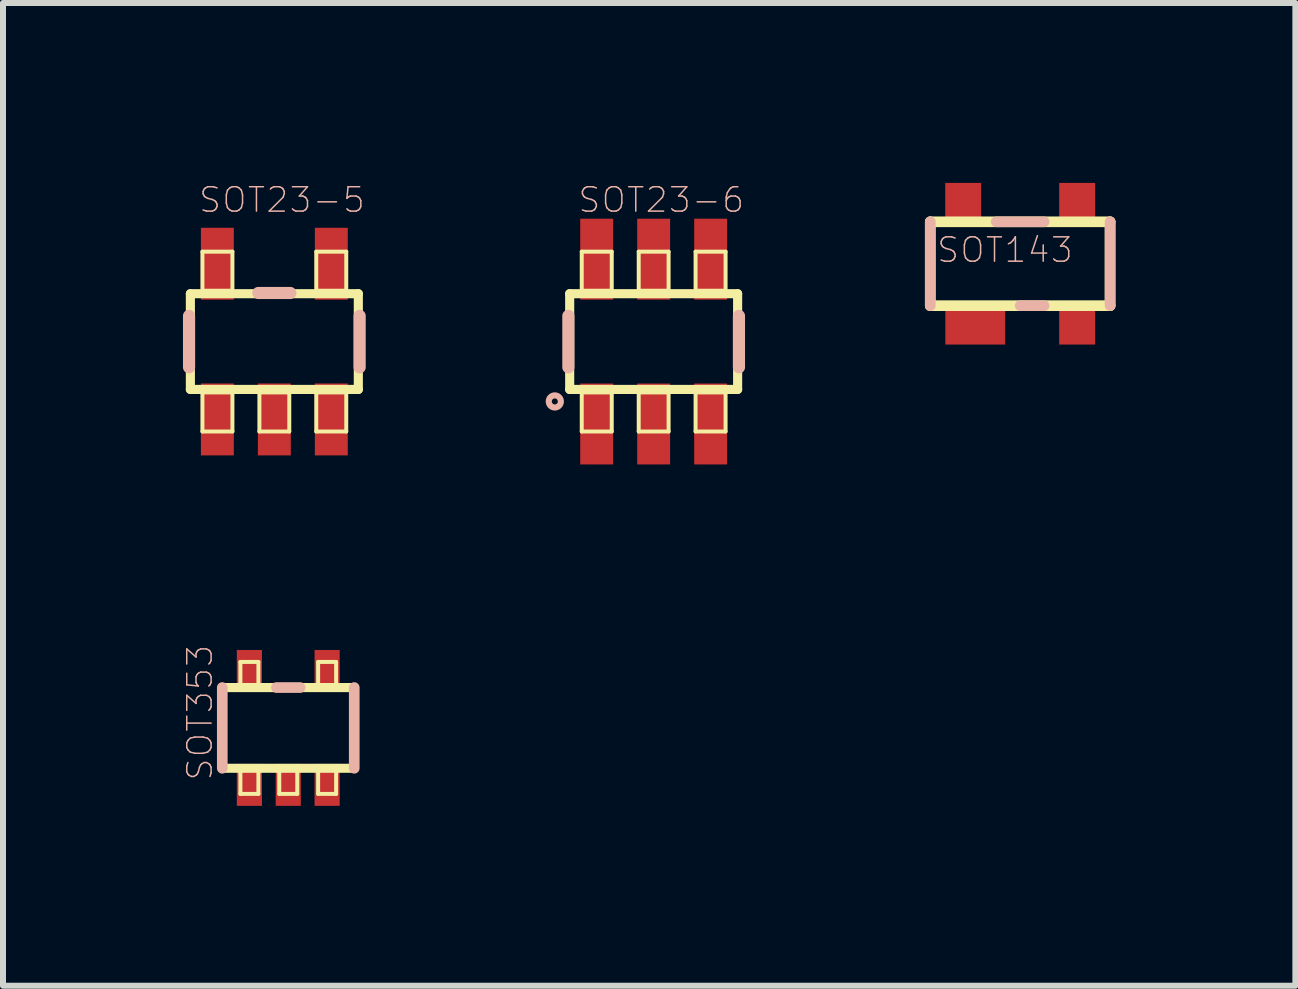
<source format=kicad_pcb>
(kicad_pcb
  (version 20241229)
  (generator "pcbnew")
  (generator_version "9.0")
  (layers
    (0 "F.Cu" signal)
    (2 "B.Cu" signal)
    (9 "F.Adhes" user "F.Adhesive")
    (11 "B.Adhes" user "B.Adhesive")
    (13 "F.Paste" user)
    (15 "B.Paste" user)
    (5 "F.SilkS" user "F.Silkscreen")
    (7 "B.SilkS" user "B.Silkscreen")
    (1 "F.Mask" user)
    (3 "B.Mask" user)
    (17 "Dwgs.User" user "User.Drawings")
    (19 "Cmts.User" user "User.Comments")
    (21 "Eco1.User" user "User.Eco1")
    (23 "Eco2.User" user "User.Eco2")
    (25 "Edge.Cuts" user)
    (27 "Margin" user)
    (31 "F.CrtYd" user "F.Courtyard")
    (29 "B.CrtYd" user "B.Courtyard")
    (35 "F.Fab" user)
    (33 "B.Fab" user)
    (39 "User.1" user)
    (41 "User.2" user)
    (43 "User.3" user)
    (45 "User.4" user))
  (footprint "SOT353"
    (layer "F.Cu")
    (at 1.756 9.086)
    (property "Reference" "SOT353" (at -1.473 -0.254 90) (layer "B.SilkS") (effects (font (size 0.406 0.406) (thickness 0.025))))
    (attr smd)
    (fp_line (start -1.1 -0.673) (end 1.1 -0.673) (stroke (width 0.152) (type solid)) (layer "F.SilkS"))
    (fp_line (start -1.1 0.673) (end -1.1 -0.673) (stroke (width 0.152) (type solid)) (layer "F.SilkS"))
    (fp_line (start -0.798 -1.1) (end -0.498 -1.1) (stroke (width 0.066) (type solid)) (layer "F.SilkS"))
    (fp_line (start -0.798 -0.699) (end -0.798 -1.1) (stroke (width 0.066) (type solid)) (layer "F.SilkS"))
    (fp_line (start -0.798 -0.699) (end -0.498 -0.699) (stroke (width 0.066) (type solid)) (layer "F.SilkS"))
    (fp_line (start -0.798 0.699) (end -0.498 0.699) (stroke (width 0.066) (type solid)) (layer "F.SilkS"))
    (fp_line (start -0.798 1.1) (end -0.798 0.699) (stroke (width 0.066) (type solid)) (layer "F.SilkS"))
    (fp_line (start -0.798 1.1) (end -0.498 1.1) (stroke (width 0.066) (type solid)) (layer "F.SilkS"))
    (fp_line (start -0.498 -0.699) (end -0.498 -1.1) (stroke (width 0.066) (type solid)) (layer "F.SilkS"))
    (fp_line (start -0.498 1.1) (end -0.498 0.699) (stroke (width 0.066) (type solid)) (layer "F.SilkS"))
    (fp_line (start -0.15 0.699) (end 0.15 0.699) (stroke (width 0.066) (type solid)) (layer "F.SilkS"))
    (fp_line (start -0.15 1.1) (end -0.15 0.699) (stroke (width 0.066) (type solid)) (layer "F.SilkS"))
    (fp_line (start -0.15 1.1) (end 0.15 1.1) (stroke (width 0.066) (type solid)) (layer "F.SilkS"))
    (fp_line (start 0.15 1.1) (end 0.15 0.699) (stroke (width 0.066) (type solid)) (layer "F.SilkS"))
    (fp_line (start 0.498 -1.1) (end 0.798 -1.1) (stroke (width 0.066) (type solid)) (layer "F.SilkS"))
    (fp_line (start 0.498 -0.699) (end 0.498 -1.1) (stroke (width 0.066) (type solid)) (layer "F.SilkS"))
    (fp_line (start 0.498 -0.699) (end 0.798 -0.699) (stroke (width 0.066) (type solid)) (layer "F.SilkS"))
    (fp_line (start 0.498 0.699) (end 0.798 0.699) (stroke (width 0.066) (type solid)) (layer "F.SilkS"))
    (fp_line (start 0.498 1.1) (end 0.498 0.699) (stroke (width 0.066) (type solid)) (layer "F.SilkS"))
    (fp_line (start 0.498 1.1) (end 0.798 1.1) (stroke (width 0.066) (type solid)) (layer "F.SilkS"))
    (fp_line (start 0.798 -0.699) (end 0.798 -1.1) (stroke (width 0.066) (type solid)) (layer "F.SilkS"))
    (fp_line (start 0.798 1.1) (end 0.798 0.699) (stroke (width 0.066) (type solid)) (layer "F.SilkS"))
    (fp_line (start 1.1 -0.673) (end 1.1 0.673) (stroke (width 0.152) (type solid)) (layer "F.SilkS"))
    (fp_line (start 1.1 0.673) (end -1.1 0.673) (stroke (width 0.152) (type solid)) (layer "F.SilkS"))
    (fp_line (start -1.1 0.673) (end -1.1 -0.673) (stroke (width 0.178) (type solid)) (layer "B.SilkS"))
    (fp_line (start -0.198 -0.673) (end 0.198 -0.673) (stroke (width 0.178) (type solid)) (layer "B.SilkS"))
    (fp_line (start 1.1 -0.673) (end 1.1 0.673) (stroke (width 0.178) (type solid)) (layer "B.SilkS"))
    (pad "1" smd rect (at -0.648 0.95) (size 0.419 0.699) (layers "F.Cu" "F.Mask" "F.Paste"))
    (pad "2" smd rect (at 0 0.95) (size 0.419 0.699) (layers "F.Cu" "F.Mask" "F.Paste"))
    (pad "3" smd rect (at 0.648 0.95) (size 0.419 0.699) (layers "F.Cu" "F.Mask" "F.Paste"))
    (pad "4" smd rect (at 0.648 -0.95) (size 0.419 0.699) (layers "F.Cu" "F.Mask" "F.Paste"))
    (pad "5" smd rect (at -0.648 -0.95) (size 0.419 0.699) (layers "F.Cu" "F.Mask" "F.Paste")))
  (footprint "SOT143"
    (layer "F.Cu")
    (at 13.959 1.347)
    (property "Reference" "SOT143" (at -0.254 -0.229 0) (layer "B.SilkS") (effects (font (size 0.406 0.406) (thickness 0.025))))
    (attr smd)
    (fp_line (start -1.499 -0.699) (end -1.499 0.699) (stroke (width 0.178) (type solid)) (layer "F.SilkS"))
    (fp_line (start -1.499 0.699) (end 1.499 0.699) (stroke (width 0.178) (type solid)) (layer "F.SilkS"))
    (fp_line (start 1.499 -0.699) (end -1.499 -0.699) (stroke (width 0.178) (type solid)) (layer "F.SilkS"))
    (fp_line (start 1.499 0.699) (end 1.499 -0.699) (stroke (width 0.178) (type solid)) (layer "F.SilkS"))
    (fp_line (start -1.499 -0.699) (end -1.499 0.699) (stroke (width 0.178) (type solid)) (layer "B.SilkS"))
    (fp_line (start 0.399 -0.699) (end -0.399 -0.699) (stroke (width 0.178) (type solid)) (layer "B.SilkS"))
    (fp_line (start 0.399 0.699) (end 0 0.699) (stroke (width 0.178) (type solid)) (layer "B.SilkS"))
    (fp_line (start 1.499 -0.699) (end 1.499 0.699) (stroke (width 0.178) (type solid)) (layer "B.SilkS"))
    (pad "1" smd rect (at -0.749 0.998) (size 0.998 0.699) (layers "F.Cu" "F.Mask" "F.Paste"))
    (pad "2" smd rect (at 0.95 0.998) (size 0.599 0.699) (layers "F.Cu" "F.Mask" "F.Paste"))
    (pad "3" smd rect (at 0.95 -0.998) (size 0.599 0.699) (layers "F.Cu" "F.Mask" "F.Paste"))
    (pad "4" smd rect (at -0.95 -0.998) (size 0.599 0.699) (layers "F.Cu" "F.Mask" "F.Paste")))
  (footprint "SOT23-6"
    (layer "F.Cu")
    (at 7.848 2.645)
    (property "Reference" "SOT23-6" (at 0.127 -2.362 0) (layer "B.SilkS") (effects (font (size 0.406 0.406) (thickness 0.025))))
    (attr smd)
    (fp_line (start -1.4 -0.798) (end -1.4 0.798) (stroke (width 0.152) (type solid)) (layer "F.SilkS"))
    (fp_line (start -1.4 -0.798) (end 1.4 -0.798) (stroke (width 0.152) (type solid)) (layer "F.SilkS"))
    (fp_line (start -1.199 -1.499) (end -0.699 -1.499) (stroke (width 0.066) (type solid)) (layer "F.SilkS"))
    (fp_line (start -1.199 -0.848) (end -1.199 -1.499) (stroke (width 0.066) (type solid)) (layer "F.SilkS"))
    (fp_line (start -1.199 -0.848) (end -0.699 -0.848) (stroke (width 0.066) (type solid)) (layer "F.SilkS"))
    (fp_line (start -1.199 0.848) (end -0.699 0.848) (stroke (width 0.066) (type solid)) (layer "F.SilkS"))
    (fp_line (start -1.199 1.499) (end -1.199 0.848) (stroke (width 0.066) (type solid)) (layer "F.SilkS"))
    (fp_line (start -1.199 1.499) (end -0.699 1.499) (stroke (width 0.066) (type solid)) (layer "F.SilkS"))
    (fp_line (start -0.699 -0.848) (end -0.699 -1.499) (stroke (width 0.066) (type solid)) (layer "F.SilkS"))
    (fp_line (start -0.699 1.499) (end -0.699 0.848) (stroke (width 0.066) (type solid)) (layer "F.SilkS"))
    (fp_line (start -0.249 -1.499) (end 0.249 -1.499) (stroke (width 0.066) (type solid)) (layer "F.SilkS"))
    (fp_line (start -0.249 -0.848) (end -0.249 -1.499) (stroke (width 0.066) (type solid)) (layer "F.SilkS"))
    (fp_line (start -0.249 -0.848) (end 0.249 -0.848) (stroke (width 0.066) (type solid)) (layer "F.SilkS"))
    (fp_line (start -0.249 0.848) (end 0.249 0.848) (stroke (width 0.066) (type solid)) (layer "F.SilkS"))
    (fp_line (start -0.249 1.499) (end -0.249 0.848) (stroke (width 0.066) (type solid)) (layer "F.SilkS"))
    (fp_line (start -0.249 1.499) (end 0.249 1.499) (stroke (width 0.066) (type solid)) (layer "F.SilkS"))
    (fp_line (start 0.249 -0.848) (end 0.249 -1.499) (stroke (width 0.066) (type solid)) (layer "F.SilkS"))
    (fp_line (start 0.249 1.499) (end 0.249 0.848) (stroke (width 0.066) (type solid)) (layer "F.SilkS"))
    (fp_line (start 0.699 -1.499) (end 1.199 -1.499) (stroke (width 0.066) (type solid)) (layer "F.SilkS"))
    (fp_line (start 0.699 -0.848) (end 0.699 -1.499) (stroke (width 0.066) (type solid)) (layer "F.SilkS"))
    (fp_line (start 0.699 -0.848) (end 1.199 -0.848) (stroke (width 0.066) (type solid)) (layer "F.SilkS"))
    (fp_line (start 0.699 0.848) (end 1.199 0.848) (stroke (width 0.066) (type solid)) (layer "F.SilkS"))
    (fp_line (start 0.699 1.499) (end 0.699 0.848) (stroke (width 0.066) (type solid)) (layer "F.SilkS"))
    (fp_line (start 0.699 1.499) (end 1.199 1.499) (stroke (width 0.066) (type solid)) (layer "F.SilkS"))
    (fp_line (start 1.199 -0.848) (end 1.199 -1.499) (stroke (width 0.066) (type solid)) (layer "F.SilkS"))
    (fp_line (start 1.199 1.499) (end 1.199 0.848) (stroke (width 0.066) (type solid)) (layer "F.SilkS"))
    (fp_line (start 1.4 -0.798) (end 1.4 0.798) (stroke (width 0.152) (type solid)) (layer "F.SilkS"))
    (fp_line (start 1.4 0.798) (end -1.4 0.798) (stroke (width 0.152) (type solid)) (layer "F.SilkS"))
    (fp_line (start -1.422 0.429) (end -1.422 -0.429) (stroke (width 0.203) (type solid)) (layer "B.SilkS"))
    (fp_line (start 1.422 -0.429) (end 1.422 0.429) (stroke (width 0.203) (type solid)) (layer "B.SilkS"))
    (fp_circle (center -1.648 0.998) (end -1.72 1.069) (stroke (width 0.102) (type solid)) (fill no) (layer "B.SilkS"))
    (pad "1" smd rect (at -0.95 1.374) (size 0.549 1.349) (layers "F.Cu" "F.Mask" "F.Paste"))
    (pad "2" smd rect (at 0 1.374) (size 0.549 1.349) (layers "F.Cu" "F.Mask" "F.Paste"))
    (pad "3" smd rect (at 0.95 1.374) (size 0.549 1.349) (layers "F.Cu" "F.Mask" "F.Paste"))
    (pad "4" smd rect (at 0.95 -1.374) (size 0.549 1.349) (layers "F.Cu" "F.Mask" "F.Paste"))
    (pad "5" smd rect (at 0 -1.374) (size 0.549 1.349) (layers "F.Cu" "F.Mask" "F.Paste"))
    (pad "6" smd rect (at -0.95 -1.374) (size 0.549 1.349) (layers "F.Cu" "F.Mask" "F.Paste")))
  (footprint "SOT23-5"
    (layer "F.Cu")
    (at 1.524 2.645)
    (property "Reference" "SOT23-5" (at 0.127 -2.362 0) (layer "B.SilkS") (effects (font (size 0.406 0.406) (thickness 0.025))))
    (attr smd)
    (fp_line (start -1.4 -0.798) (end -1.4 0.798) (stroke (width 0.152) (type solid)) (layer "F.SilkS"))
    (fp_line (start -1.4 -0.798) (end 1.4 -0.798) (stroke (width 0.152) (type solid)) (layer "F.SilkS"))
    (fp_line (start -1.199 -1.499) (end -0.699 -1.499) (stroke (width 0.066) (type solid)) (layer "F.SilkS"))
    (fp_line (start -1.199 -0.848) (end -1.199 -1.499) (stroke (width 0.066) (type solid)) (layer "F.SilkS"))
    (fp_line (start -1.199 -0.848) (end -0.699 -0.848) (stroke (width 0.066) (type solid)) (layer "F.SilkS"))
    (fp_line (start -1.199 0.848) (end -0.699 0.848) (stroke (width 0.066) (type solid)) (layer "F.SilkS"))
    (fp_line (start -1.199 1.499) (end -1.199 0.848) (stroke (width 0.066) (type solid)) (layer "F.SilkS"))
    (fp_line (start -1.199 1.499) (end -0.699 1.499) (stroke (width 0.066) (type solid)) (layer "F.SilkS"))
    (fp_line (start -0.699 -0.848) (end -0.699 -1.499) (stroke (width 0.066) (type solid)) (layer "F.SilkS"))
    (fp_line (start -0.699 1.499) (end -0.699 0.848) (stroke (width 0.066) (type solid)) (layer "F.SilkS"))
    (fp_line (start -0.249 0.848) (end 0.249 0.848) (stroke (width 0.066) (type solid)) (layer "F.SilkS"))
    (fp_line (start -0.249 1.499) (end -0.249 0.848) (stroke (width 0.066) (type solid)) (layer "F.SilkS"))
    (fp_line (start -0.249 1.499) (end 0.249 1.499) (stroke (width 0.066) (type solid)) (layer "F.SilkS"))
    (fp_line (start 0.249 1.499) (end 0.249 0.848) (stroke (width 0.066) (type solid)) (layer "F.SilkS"))
    (fp_line (start 0.699 -1.499) (end 1.199 -1.499) (stroke (width 0.066) (type solid)) (layer "F.SilkS"))
    (fp_line (start 0.699 -0.848) (end 0.699 -1.499) (stroke (width 0.066) (type solid)) (layer "F.SilkS"))
    (fp_line (start 0.699 -0.848) (end 1.199 -0.848) (stroke (width 0.066) (type solid)) (layer "F.SilkS"))
    (fp_line (start 0.699 0.848) (end 1.199 0.848) (stroke (width 0.066) (type solid)) (layer "F.SilkS"))
    (fp_line (start 0.699 1.499) (end 0.699 0.848) (stroke (width 0.066) (type solid)) (layer "F.SilkS"))
    (fp_line (start 0.699 1.499) (end 1.199 1.499) (stroke (width 0.066) (type solid)) (layer "F.SilkS"))
    (fp_line (start 1.199 -0.848) (end 1.199 -1.499) (stroke (width 0.066) (type solid)) (layer "F.SilkS"))
    (fp_line (start 1.199 1.499) (end 1.199 0.848) (stroke (width 0.066) (type solid)) (layer "F.SilkS"))
    (fp_line (start 1.4 -0.798) (end 1.4 0.798) (stroke (width 0.152) (type solid)) (layer "F.SilkS"))
    (fp_line (start 1.4 0.798) (end -1.4 0.798) (stroke (width 0.152) (type solid)) (layer "F.SilkS"))
    (fp_line (start -1.422 0.429) (end -1.422 -0.429) (stroke (width 0.203) (type solid)) (layer "B.SilkS"))
    (fp_line (start -0.267 -0.81) (end 0.267 -0.81) (stroke (width 0.203) (type solid)) (layer "B.SilkS"))
    (fp_line (start 1.422 -0.429) (end 1.422 0.429) (stroke (width 0.203) (type solid)) (layer "B.SilkS"))
    (pad "1" smd rect (at -0.95 1.298) (size 0.549 1.199) (layers "F.Cu" "F.Mask" "F.Paste"))
    (pad "2" smd rect (at 0 1.298) (size 0.549 1.199) (layers "F.Cu" "F.Mask" "F.Paste"))
    (pad "3" smd rect (at 0.95 1.298) (size 0.549 1.199) (layers "F.Cu" "F.Mask" "F.Paste"))
    (pad "4" smd rect (at 0.95 -1.298) (size 0.549 1.199) (layers "F.Cu" "F.Mask" "F.Paste"))
    (pad "5" smd rect (at -0.95 -1.298) (size 0.549 1.199) (layers "F.Cu" "F.Mask" "F.Paste")))
  (gr_rect
    (start -3 -3)
    (end 18.547 13.385)
    (stroke (width 0.1) (type default))
    (fill no)
    (layer "Edge.Cuts")))
</source>
